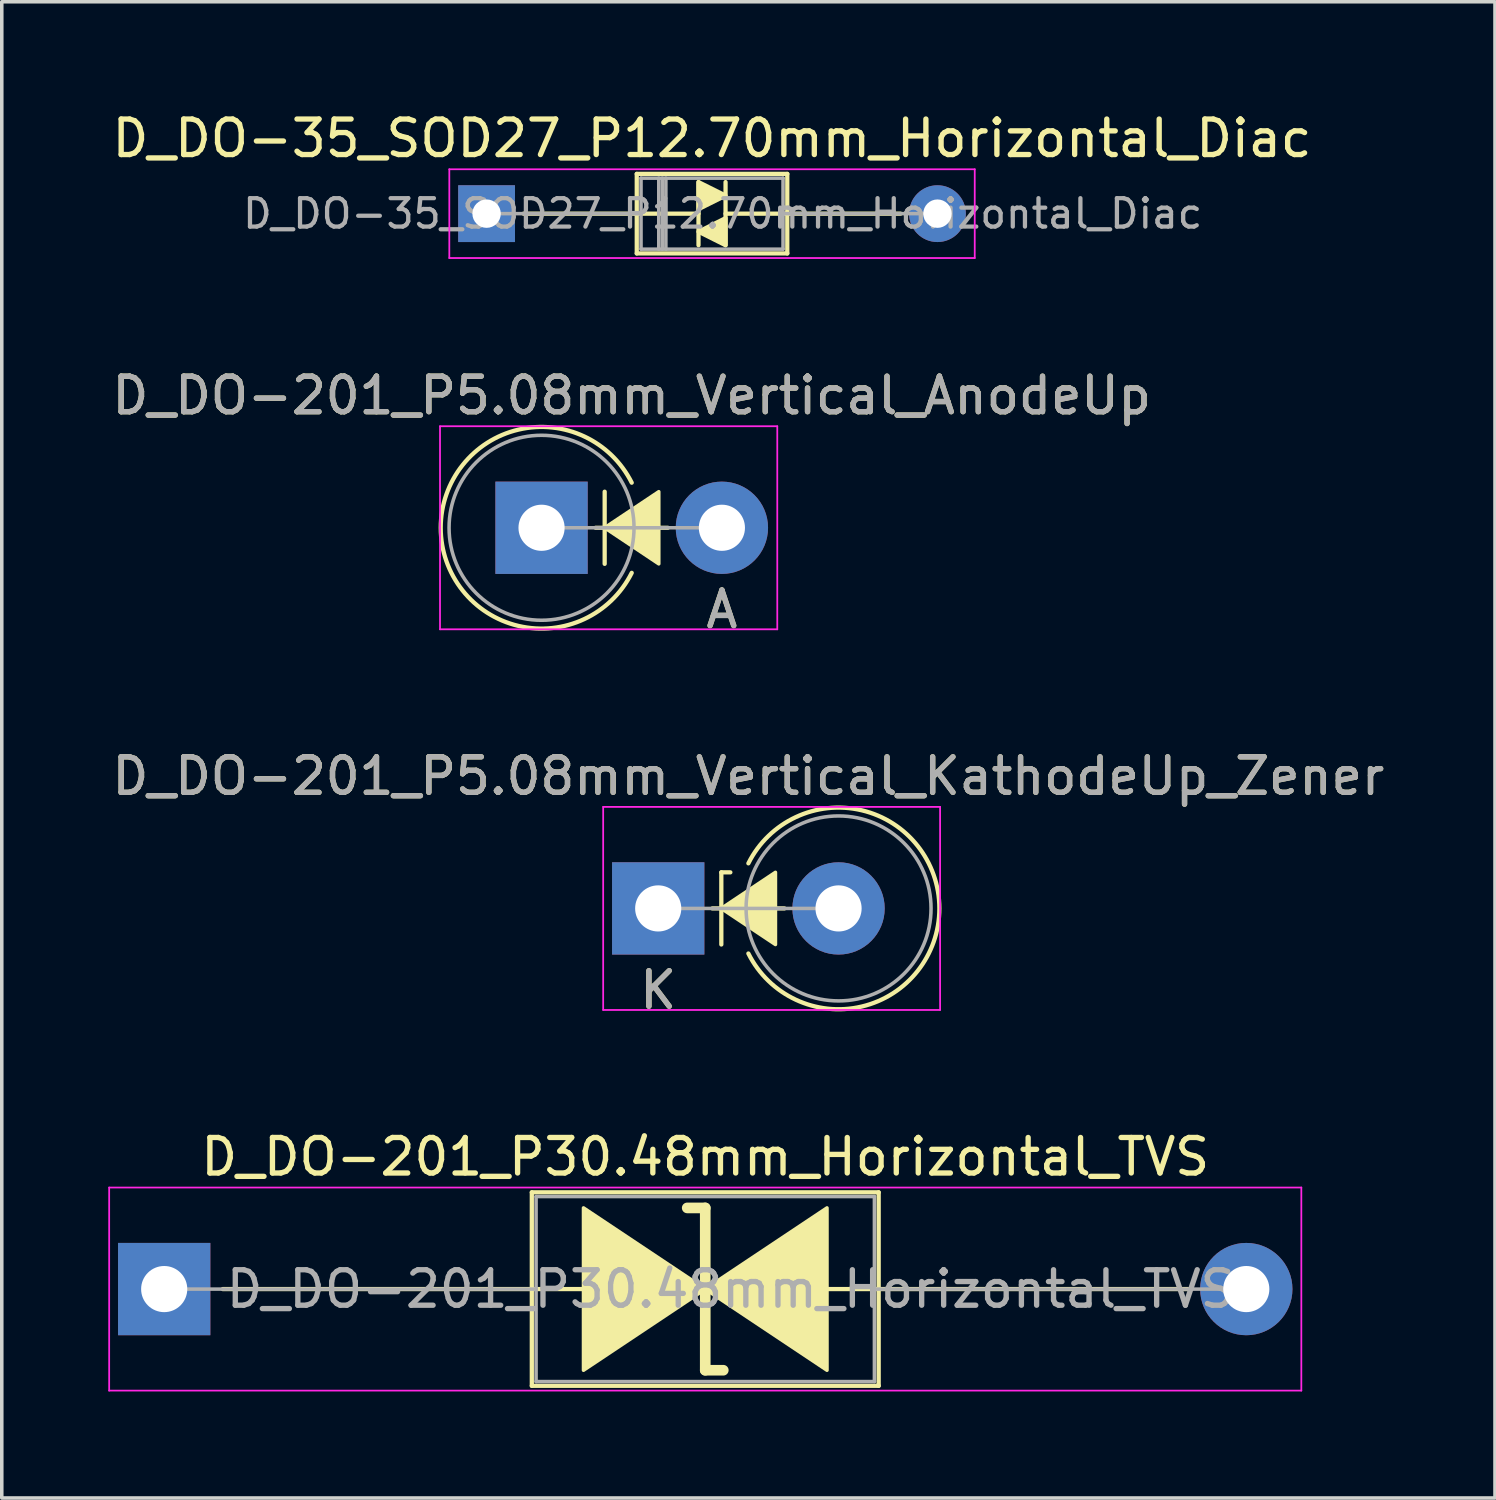
<source format=kicad_pcb>
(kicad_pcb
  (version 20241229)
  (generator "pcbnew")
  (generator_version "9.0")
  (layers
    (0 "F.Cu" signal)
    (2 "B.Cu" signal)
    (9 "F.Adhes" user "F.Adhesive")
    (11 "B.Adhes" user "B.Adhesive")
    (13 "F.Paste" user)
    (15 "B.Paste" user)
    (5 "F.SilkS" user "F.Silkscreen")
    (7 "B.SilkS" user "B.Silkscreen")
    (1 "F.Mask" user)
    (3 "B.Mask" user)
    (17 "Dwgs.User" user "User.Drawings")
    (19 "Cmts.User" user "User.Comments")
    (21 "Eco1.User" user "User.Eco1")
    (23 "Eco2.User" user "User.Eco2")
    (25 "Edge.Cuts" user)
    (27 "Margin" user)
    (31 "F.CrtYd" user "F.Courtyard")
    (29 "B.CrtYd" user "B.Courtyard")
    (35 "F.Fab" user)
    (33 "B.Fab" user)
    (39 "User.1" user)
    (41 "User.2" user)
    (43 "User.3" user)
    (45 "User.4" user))
  (footprint "D_DO-35_SOD27_P12.70mm_Horizontal_Diac"
    (layer "F.Cu")
    (at 10.656 2.968)
    (property "Reference" "D_DO-35_SOD27_P12.70mm_Horizontal_Diac" (at 6.35 -2.12 0) (layer "F.SilkS") (effects (font (size 1 1) (thickness 0.15))))
    (fp_line (start 1.04 0) (end 4.23 0) (stroke (width 0.12) (type solid)) (layer "F.SilkS"))
    (fp_line (start 4.191 0) (end 5.969 0) (stroke (width 0.12) (type solid)) (layer "F.SilkS"))
    (fp_line (start 4.23 -1.12) (end 4.23 1.12) (stroke (width 0.12) (type solid)) (layer "F.SilkS"))
    (fp_line (start 4.23 1.12) (end 8.47 1.12) (stroke (width 0.12) (type solid)) (layer "F.SilkS"))
    (fp_line (start 5.969 -0.889) (end 5.969 0.889) (stroke (width 0.12) (type solid)) (layer "F.SilkS"))
    (fp_line (start 6.731 -0.889) (end 6.731 0.889) (stroke (width 0.12) (type solid)) (layer "F.SilkS"))
    (fp_line (start 8.47 -1.12) (end 4.23 -1.12) (stroke (width 0.12) (type solid)) (layer "F.SilkS"))
    (fp_line (start 8.47 0) (end 6.731 0) (stroke (width 0.12) (type solid)) (layer "F.SilkS"))
    (fp_line (start 8.47 1.12) (end 8.47 -1.12) (stroke (width 0.12) (type solid)) (layer "F.SilkS"))
    (fp_line (start 11.66 0) (end 8.47 0) (stroke (width 0.12) (type solid)) (layer "F.SilkS"))
    (fp_poly (pts (xy 6.731 -0.508) (xy 5.969 -0.127) (xy 5.969 -0.889)) (stroke (width 0.12) (type solid)) (fill yes) (layer "F.SilkS"))
    (fp_poly (pts (xy 6.731 0.889) (xy 5.969 0.508) (xy 6.731 0.127)) (stroke (width 0.12) (type solid)) (fill yes) (layer "F.SilkS"))
    (fp_line (start -1.05 -1.25) (end -1.05 1.25) (stroke (width 0.05) (type solid)) (layer "F.CrtYd"))
    (fp_line (start -1.05 1.25) (end 13.75 1.25) (stroke (width 0.05) (type solid)) (layer "F.CrtYd"))
    (fp_line (start 13.75 -1.25) (end -1.05 -1.25) (stroke (width 0.05) (type solid)) (layer "F.CrtYd"))
    (fp_line (start 13.75 1.25) (end 13.75 -1.25) (stroke (width 0.05) (type solid)) (layer "F.CrtYd"))
    (fp_line (start 0 0) (end 4.35 0) (stroke (width 0.1) (type solid)) (layer "F.Fab"))
    (fp_line (start 4.35 -1) (end 4.35 1) (stroke (width 0.1) (type solid)) (layer "F.Fab"))
    (fp_line (start 4.35 1) (end 8.35 1) (stroke (width 0.1) (type solid)) (layer "F.Fab"))
    (fp_line (start 4.85 -1) (end 4.85 1) (stroke (width 0.1) (type solid)) (layer "F.Fab"))
    (fp_line (start 4.95 -1) (end 4.95 1) (stroke (width 0.1) (type solid)) (layer "F.Fab"))
    (fp_line (start 5.05 -1) (end 5.05 1) (stroke (width 0.1) (type solid)) (layer "F.Fab"))
    (fp_line (start 8.35 -1) (end 4.35 -1) (stroke (width 0.1) (type solid)) (layer "F.Fab"))
    (fp_line (start 8.35 1) (end 8.35 -1) (stroke (width 0.1) (type solid)) (layer "F.Fab"))
    (fp_line (start 12.7 0) (end 8.35 0) (stroke (width 0.1) (type solid)) (layer "F.Fab"))
    (fp_text user "${REFERENCE}" (at 6.65 0 0) (layer "F.Fab") (effects (font (size 0.8 0.8) (thickness 0.12))))
    (pad "1" thru_hole rect (at 0 0) (size 1.6 1.6) (drill 0.8) (layers "*.Cu" "*.Mask"))
    (pad "2" thru_hole oval (at 12.7 0) (size 1.6 1.6) (drill 0.8) (layers "*.Cu" "*.Mask")))
  (footprint "D_DO-201_P30.48mm_Horizontal_TVS"
    (layer "F.Cu")
    (at 1.575 33.26)
    (property "Reference" "D_DO-201_P30.48mm_Horizontal_TVS" (at 15.24 -3.725 0) (layer "F.SilkS") (effects (font (size 1 1) (thickness 0.15))))
    (attr through_hole)
    (fp_line (start 1.651 0) (end 10.355 0) (stroke (width 0.12) (type solid)) (layer "F.SilkS"))
    (fp_line (start 10.355 -2.725) (end 10.355 2.725) (stroke (width 0.12) (type solid)) (layer "F.SilkS"))
    (fp_line (start 10.355 0) (end 11.811 0) (stroke (width 0.12) (type solid)) (layer "F.SilkS"))
    (fp_line (start 10.355 2.725) (end 20.125 2.725) (stroke (width 0.12) (type solid)) (layer "F.SilkS"))
    (fp_line (start 15.24 -2.286) (end 14.732 -2.286) (stroke (width 0.3) (type solid)) (layer "F.SilkS"))
    (fp_line (start 15.24 2.286) (end 15.24 -2.286) (stroke (width 0.3) (type solid)) (layer "F.SilkS"))
    (fp_line (start 15.748 2.286) (end 15.24 2.286) (stroke (width 0.3) (type solid)) (layer "F.SilkS"))
    (fp_line (start 18.669 0) (end 20.125 0) (stroke (width 0.12) (type solid)) (layer "F.SilkS"))
    (fp_line (start 20.125 -2.725) (end 10.355 -2.725) (stroke (width 0.12) (type solid)) (layer "F.SilkS"))
    (fp_line (start 20.125 2.725) (end 20.125 -2.725) (stroke (width 0.12) (type solid)) (layer "F.SilkS"))
    (fp_line (start 28.829 0) (end 20.125 0) (stroke (width 0.12) (type solid)) (layer "F.SilkS"))
    (fp_poly (pts (xy 15.24 0) (xy 11.811 2.286) (xy 11.811 -2.286)) (stroke (width 0.1) (type solid)) (fill yes) (layer "F.SilkS"))
    (fp_poly (pts (xy 15.24 0) (xy 18.669 -2.286) (xy 18.669 2.286)) (stroke (width 0.1) (type solid)) (fill yes) (layer "F.SilkS"))
    (fp_line (start -1.55 -2.86) (end -1.55 2.86) (stroke (width 0.05) (type solid)) (layer "F.CrtYd"))
    (fp_line (start -1.55 2.86) (end 32.03 2.86) (stroke (width 0.05) (type solid)) (layer "F.CrtYd"))
    (fp_line (start 32.03 -2.86) (end -1.55 -2.86) (stroke (width 0.05) (type solid)) (layer "F.CrtYd"))
    (fp_line (start 32.03 2.86) (end 32.03 -2.86) (stroke (width 0.05) (type solid)) (layer "F.CrtYd"))
    (fp_line (start 0 0) (end 10.475 0) (stroke (width 0.1) (type solid)) (layer "F.Fab"))
    (fp_line (start 10.475 -2.605) (end 10.475 2.605) (stroke (width 0.1) (type solid)) (layer "F.Fab"))
    (fp_line (start 10.475 2.605) (end 20.005 2.605) (stroke (width 0.1) (type solid)) (layer "F.Fab"))
    (fp_line (start 20.005 -2.605) (end 10.475 -2.605) (stroke (width 0.1) (type solid)) (layer "F.Fab"))
    (fp_line (start 20.005 2.605) (end 20.005 -2.605) (stroke (width 0.1) (type solid)) (layer "F.Fab"))
    (fp_line (start 30.48 0) (end 20.005 0) (stroke (width 0.1) (type solid)) (layer "F.Fab"))
    (fp_text user "${REFERENCE}" (at 15.955 0 0) (layer "F.Fab") (effects (font (size 1 1) (thickness 0.15))))
    (pad "1" thru_hole rect (at 0 0) (size 2.6 2.6) (drill 1.3) (layers "*.Cu" "*.Mask"))
    (pad "2" thru_hole oval (at 30.48 0) (size 2.6 2.6) (drill 1.3) (layers "*.Cu" "*.Mask")))
  (footprint "D_DO-201_P5.08mm_Vertical_KathodeUp_Zener"
    (layer "F.Cu")
    (at 15.49 22.538)
    (property "Reference" "D_DO-201_P5.08mm_Vertical_KathodeUp_Zener" (at 2.54 -3.725 0) (layer "F.SilkS") (effects (font (size 1 1) (thickness 0.15))))
    (attr through_hole)
    (fp_line (start 1.524 0) (end 3.556 0) (stroke (width 0.12) (type solid)) (layer "F.SilkS"))
    (fp_line (start 1.778 -1.016) (end 2.032 -1.016) (stroke (width 0.12) (type solid)) (layer "F.SilkS"))
    (fp_line (start 1.778 1.016) (end 1.778 -1.016) (stroke (width 0.12) (type solid)) (layer "F.SilkS"))
    (fp_arc (start 2.539999 -1.269999) (mid 7.919803 0.000001) (end 2.539999 1.27) (stroke (width 0.12) (type solid)) (layer "F.SilkS"))
    (fp_poly (pts (xy 3.302 1.016) (xy 1.778 0) (xy 3.302 -1.016)) (stroke (width 0.1) (type solid)) (fill yes) (layer "F.SilkS"))
    (fp_line (start -1.55 -2.86) (end -1.55 2.86) (stroke (width 0.05) (type solid)) (layer "F.CrtYd"))
    (fp_line (start -1.55 2.86) (end 7.94 2.86) (stroke (width 0.05) (type solid)) (layer "F.CrtYd"))
    (fp_line (start 7.94 -2.86) (end -1.55 -2.86) (stroke (width 0.05) (type solid)) (layer "F.CrtYd"))
    (fp_line (start 7.94 2.86) (end 7.94 -2.86) (stroke (width 0.05) (type solid)) (layer "F.CrtYd"))
    (fp_line (start 0 0) (end 5.08 0) (stroke (width 0.1) (type solid)) (layer "F.Fab"))
    (fp_circle (center 5.08 0) (end 7.685 0) (stroke (width 0.1) (type solid)) (fill no) (layer "F.Fab"))
    (fp_text user "K" (at 0 2.3 0) (layer "F.SilkS") (effects (font (size 1 1) (thickness 0.15))))
    (fp_text user "K" (at 0 2.3 0) (layer "F.Fab") (effects (font (size 1 1) (thickness 0.15))))
    (fp_text user "${REFERENCE}" (at 2.54 -3.725 0) (layer "F.Fab") (effects (font (size 1 1) (thickness 0.15))))
    (pad "1" thru_hole rect (at 0 0) (size 2.6 2.6) (drill 1.3) (layers "*.Cu" "*.Mask"))
    (pad "2" thru_hole oval (at 5.08 0) (size 2.6 2.6) (drill 1.3) (layers "*.Cu" "*.Mask")))
  (footprint "D_DO-201_P5.08mm_Vertical_AnodeUp"
    (layer "F.Cu")
    (at 12.204 11.816)
    (property "Reference" "D_DO-201_P5.08mm_Vertical_AnodeUp" (at 2.54 -3.725 0) (layer "F.SilkS") (effects (font (size 1 1) (thickness 0.15))))
    (attr through_hole)
    (fp_line (start 1.524 0) (end 3.556 0) (stroke (width 0.12) (type solid)) (layer "F.SilkS"))
    (fp_line (start 1.778 1.016) (end 1.778 -1.016) (stroke (width 0.12) (type solid)) (layer "F.SilkS"))
    (fp_arc (start 2.539999 1.27) (mid -2.839805 0) (end 2.539999 -1.269999) (stroke (width 0.12) (type solid)) (layer "F.SilkS"))
    (fp_poly (pts (xy 3.302 1.016) (xy 1.778 0) (xy 3.302 -1.016)) (stroke (width 0.1) (type solid)) (fill yes) (layer "F.SilkS"))
    (fp_line (start -2.86 -2.86) (end -2.86 2.86) (stroke (width 0.05) (type solid)) (layer "F.CrtYd"))
    (fp_line (start -2.86 2.86) (end 6.64 2.86) (stroke (width 0.05) (type solid)) (layer "F.CrtYd"))
    (fp_line (start 6.64 -2.86) (end -2.86 -2.86) (stroke (width 0.05) (type solid)) (layer "F.CrtYd"))
    (fp_line (start 6.64 2.86) (end 6.64 -2.86) (stroke (width 0.05) (type solid)) (layer "F.CrtYd"))
    (fp_line (start 0 0) (end 5.08 0) (stroke (width 0.1) (type solid)) (layer "F.Fab"))
    (fp_circle (center 0 0) (end 2.605 0) (stroke (width 0.1) (type solid)) (fill no) (layer "F.Fab"))
    (fp_text user "A" (at 5.08 2.3 0) (layer "F.SilkS") (effects (font (size 1 1) (thickness 0.15))))
    (fp_text user "A" (at 5.08 2.3 0) (layer "F.Fab") (effects (font (size 1 1) (thickness 0.15))))
    (fp_text user "${REFERENCE}" (at 2.54 -3.725 0) (layer "F.Fab") (effects (font (size 1 1) (thickness 0.15))))
    (pad "1" thru_hole rect (at 0 0) (size 2.6 2.6) (drill 1.3) (layers "*.Cu" "*.Mask"))
    (pad "2" thru_hole oval (at 5.08 0) (size 2.6 2.6) (drill 1.3) (layers "*.Cu" "*.Mask")))
  (gr_rect
    (start -3 -3)
    (end 39.06 39.145)
    (stroke (width 0.1) (type default))
    (fill no)
    (layer "Edge.Cuts")))
</source>
